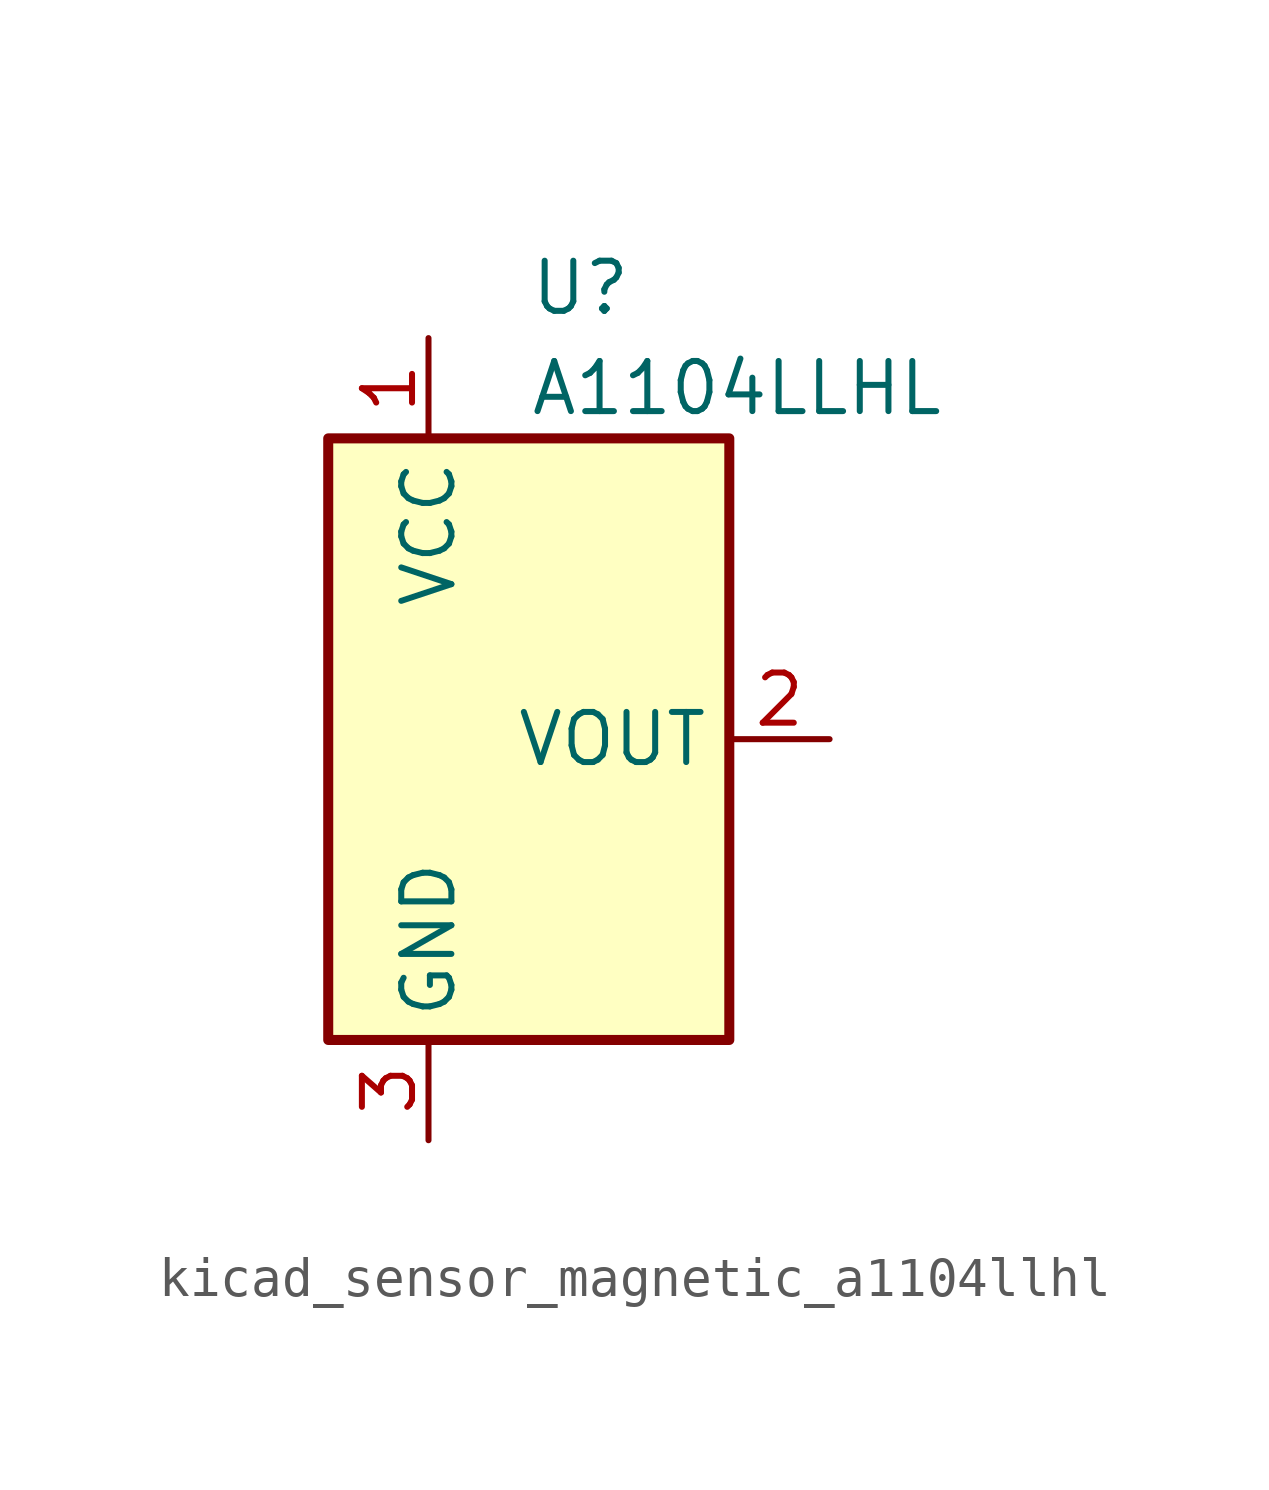
<source format=kicad_sym>
(kicad_symbol_lib
  (version 20220914)
  (generator kicad_symbol_editor)
  (symbol "kicad_sensor_magnetic_a1104llhl"
    (property "Reference" "U"
      (at 0 11.43 0)
      (effects (font (size 1.27 1.27)) (justify left)))
    (property "Value" "A1104LLHL"
      (at 0 8.89 0)
      (effects (font (size 1.27 1.27)) (justify left)))
    (symbol "kicad_sensor_magnetic_a1104llhl_0_1"
      (rectangle (start -5.08 7.62) (end 5.08 -7.62) (stroke (width 0.254) (type default)) (fill (type background))))
    (symbol "kicad_sensor_magnetic_a1104llhl_1_1"
      (pin power_in line (at -2.54 10.16 270) (length 2.54) (name "VCC" (effects (font (size 1.27 1.27)))) (number "1" (effects (font (size 1.27 1.27)))))
      (pin open_collector line (at 7.62 0 180) (length 2.54) (name "VOUT" (effects (font (size 1.27 1.27)))) (number "2" (effects (font (size 1.27 1.27)))))
      (pin power_in line (at -2.54 -10.16 90) (length 2.54) (name "GND" (effects (font (size 1.27 1.27)))) (number "3" (effects (font (size 1.27 1.27))))))))
</source>
